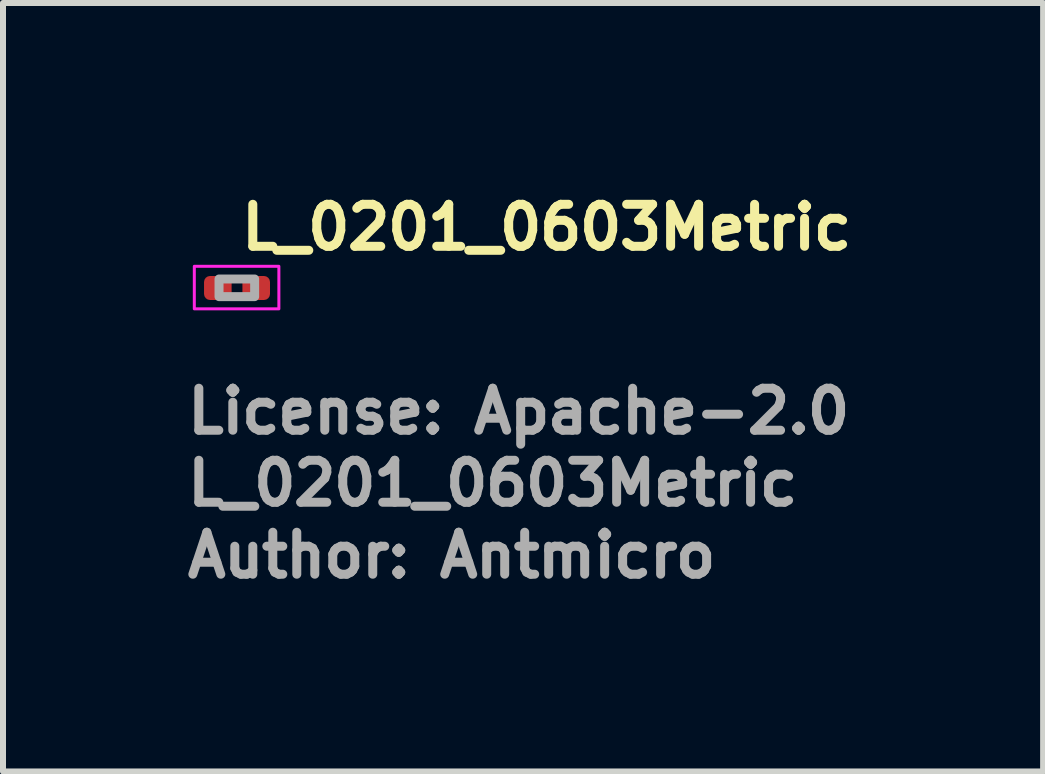
<source format=kicad_pcb>
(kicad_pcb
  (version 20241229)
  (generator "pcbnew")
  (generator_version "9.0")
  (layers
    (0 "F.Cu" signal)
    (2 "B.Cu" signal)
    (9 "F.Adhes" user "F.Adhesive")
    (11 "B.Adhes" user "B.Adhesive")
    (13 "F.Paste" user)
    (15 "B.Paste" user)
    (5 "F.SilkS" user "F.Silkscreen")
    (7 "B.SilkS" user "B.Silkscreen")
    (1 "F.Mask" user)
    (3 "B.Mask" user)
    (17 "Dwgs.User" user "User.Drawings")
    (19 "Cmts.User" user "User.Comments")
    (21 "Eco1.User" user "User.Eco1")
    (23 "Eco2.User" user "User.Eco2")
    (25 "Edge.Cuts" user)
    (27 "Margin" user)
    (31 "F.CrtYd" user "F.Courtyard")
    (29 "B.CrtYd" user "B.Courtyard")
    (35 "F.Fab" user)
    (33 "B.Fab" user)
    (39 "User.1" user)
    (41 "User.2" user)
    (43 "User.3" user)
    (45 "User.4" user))
  (footprint "L_0201_0603Metric"
    (layer "F.Cu")
    (at 0.9 1.75)
    (property "Reference" "L_0201_0603Metric" (at 0 -0.6 0) (unlocked yes) (layer "F.SilkS") (effects (font (size 0.7 0.7) (thickness 0.15)) (justify left bottom)))
    (attr smd)
    (fp_rect (start -0.71 -0.36) (end 0.7 0.35) (stroke (width 0.05) (type solid)) (fill no) (layer "F.CrtYd"))
    (fp_rect (start -0.298 -0.148) (end 0.296 0.146) (stroke (width 0.15) (type solid)) (fill no) (layer "F.Fab"))
    (fp_rect (start -0.298 -0.148) (end 0.296 0.146) (stroke (width 0.1) (type solid)) (fill no) (layer "User.5"))
    (fp_rect (start -0.298 -0.148) (end 0.296 0.146) (stroke (width 0.1) (type solid)) (fill no) (layer "User.5"))
    (fp_rect (start -0.298 -0.148) (end 0.296 0.146) (stroke (width 0.1) (type solid)) (fill no) (layer "User.5"))
    (fp_rect (start -0.298 -0.148) (end 0.296 0.146) (stroke (width 0.1) (type solid)) (fill no) (layer "User.5"))
    (fp_rect (start -0.298 -0.148) (end 0.296 0.146) (stroke (width 0.15) (type solid)) (fill no) (layer "User.5"))
    (fp_line (start -0.298 0.146) (end -0.298 -0.148) (stroke (width 0.02) (type solid)) (layer "User.9"))
    (fp_line (start -0.248 -0.148) (end -0.298 -0.148) (stroke (width 0.02) (type solid)) (layer "User.9"))
    (fp_line (start -0.248 -0.148) (end -0.248 -0.103) (stroke (width 0.02) (type solid)) (layer "User.9"))
    (fp_line (start -0.248 -0.103) (end -0.204 -0.103) (stroke (width 0.02) (type solid)) (layer "User.9"))
    (fp_line (start -0.248 0.102) (end -0.248 0.146) (stroke (width 0.02) (type solid)) (layer "User.9"))
    (fp_line (start -0.248 0.146) (end -0.298 0.146) (stroke (width 0.02) (type solid)) (layer "User.9"))
    (fp_line (start -0.204 -0.148) (end -0.248 -0.148) (stroke (width 0.02) (type solid)) (layer "User.9"))
    (fp_line (start -0.204 -0.148) (end -0.204 0.146) (stroke (width 0.02) (type solid)) (layer "User.9"))
    (fp_line (start -0.204 0.102) (end -0.248 0.102) (stroke (width 0.02) (type solid)) (layer "User.9"))
    (fp_line (start -0.204 0.102) (end -0.204 -0.103) (stroke (width 0.02) (type solid)) (layer "User.9"))
    (fp_line (start -0.204 0.146) (end -0.248 0.146) (stroke (width 0.02) (type solid)) (layer "User.9"))
    (fp_line (start -0.204 0.146) (end 0.202 0.146) (stroke (width 0.02) (type solid)) (layer "User.9"))
    (fp_line (start 0.202 -0.148) (end -0.204 -0.148) (stroke (width 0.02) (type solid)) (layer "User.9"))
    (fp_line (start 0.202 -0.103) (end 0.246 -0.103) (stroke (width 0.02) (type solid)) (layer "User.9"))
    (fp_line (start 0.202 0.102) (end 0.202 -0.103) (stroke (width 0.02) (type solid)) (layer "User.9"))
    (fp_line (start 0.202 0.146) (end 0.202 -0.148) (stroke (width 0.02) (type solid)) (layer "User.9"))
    (fp_line (start 0.246 -0.148) (end 0.202 -0.148) (stroke (width 0.02) (type solid)) (layer "User.9"))
    (fp_line (start 0.246 -0.148) (end 0.296 -0.148) (stroke (width 0.02) (type solid)) (layer "User.9"))
    (fp_line (start 0.246 -0.103) (end 0.246 -0.148) (stroke (width 0.02) (type solid)) (layer "User.9"))
    (fp_line (start 0.246 0.102) (end 0.202 0.102) (stroke (width 0.02) (type solid)) (layer "User.9"))
    (fp_line (start 0.246 0.146) (end 0.202 0.146) (stroke (width 0.02) (type solid)) (layer "User.9"))
    (fp_line (start 0.246 0.146) (end 0.246 0.102) (stroke (width 0.02) (type solid)) (layer "User.9"))
    (fp_line (start 0.246 0.146) (end 0.296 0.146) (stroke (width 0.02) (type solid)) (layer "User.9"))
    (fp_line (start 0.296 0.146) (end 0.296 -0.148) (stroke (width 0.02) (type solid)) (layer "User.9"))
    (fp_text user "Author: Antmicro" (at -0.9 4.868 0) (layer "F.Fab") (effects (font (size 0.7 0.7) (thickness 0.15)) (justify left bottom)))
    (fp_text user "${REFERENCE}" (at -0.9 3.668 0) (unlocked yes) (layer "F.Fab") (effects (font (size 0.7 0.7) (thickness 0.15)) (justify left bottom)))
    (fp_text user "License: Apache-2.0" (at -0.9 2.467 0) (layer "F.Fab") (effects (font (size 0.7 0.7) (thickness 0.15)) (justify left bottom)))
    (pad "" smd roundrect (at -0.347 0.002) (size 0.318 0.36) (layers "F.Paste") (roundrect_rratio 0.25))
    (pad "" smd roundrect (at 0.345 0.002) (size 0.318 0.36) (layers "F.Paste") (roundrect_rratio 0.25))
    (pad "1" smd roundrect (at -0.318 0.002) (size 0.46 0.4) (layers "F.Cu" "F.Mask") (roundrect_rratio 0.25))
    (pad "2" smd roundrect (at 0.322 0.002) (size 0.46 0.4) (layers "F.Cu" "F.Mask") (roundrect_rratio 0.25)))
  (gr_rect
    (start -3 -3)
    (end 14.343 9.813)
    (stroke (width 0.1) (type default))
    (fill no)
    (layer "Edge.Cuts")))
</source>
